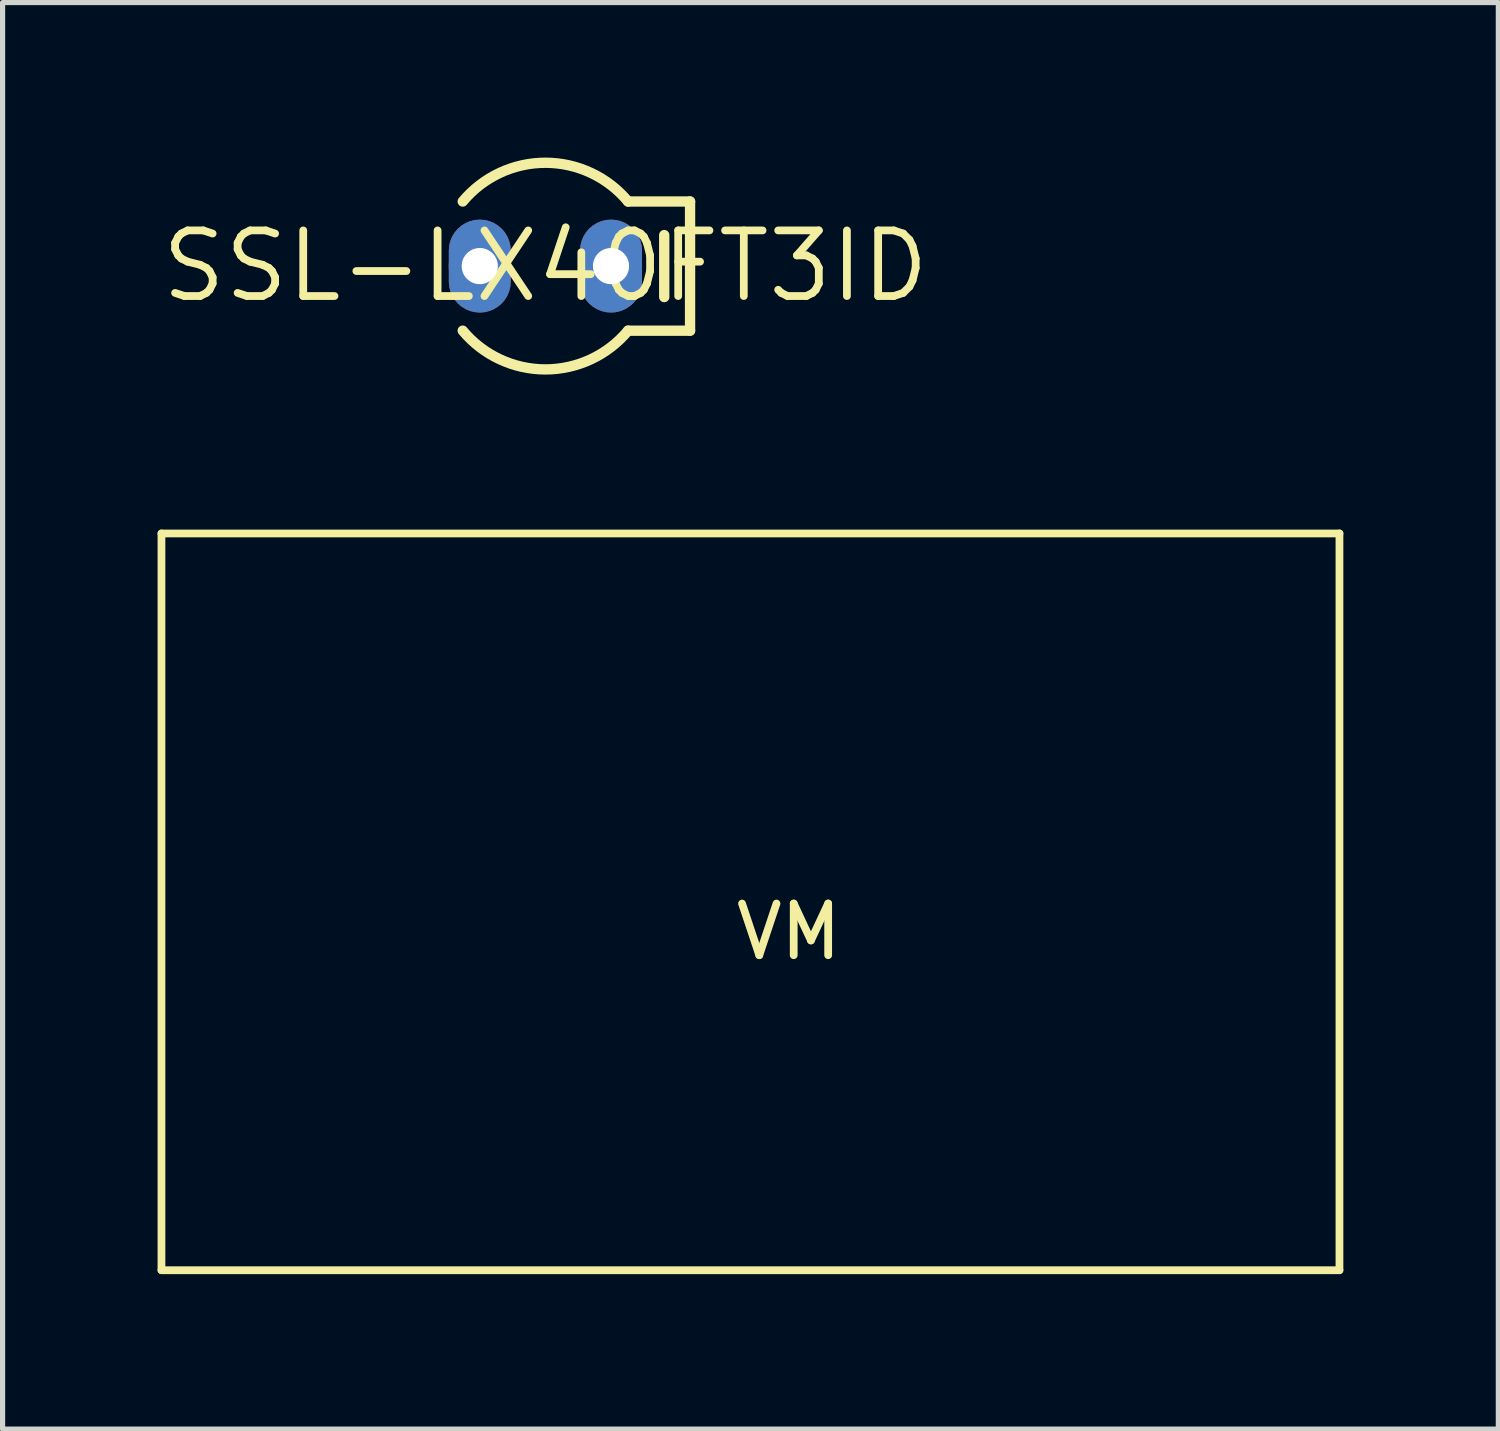
<source format=kicad_pcb>
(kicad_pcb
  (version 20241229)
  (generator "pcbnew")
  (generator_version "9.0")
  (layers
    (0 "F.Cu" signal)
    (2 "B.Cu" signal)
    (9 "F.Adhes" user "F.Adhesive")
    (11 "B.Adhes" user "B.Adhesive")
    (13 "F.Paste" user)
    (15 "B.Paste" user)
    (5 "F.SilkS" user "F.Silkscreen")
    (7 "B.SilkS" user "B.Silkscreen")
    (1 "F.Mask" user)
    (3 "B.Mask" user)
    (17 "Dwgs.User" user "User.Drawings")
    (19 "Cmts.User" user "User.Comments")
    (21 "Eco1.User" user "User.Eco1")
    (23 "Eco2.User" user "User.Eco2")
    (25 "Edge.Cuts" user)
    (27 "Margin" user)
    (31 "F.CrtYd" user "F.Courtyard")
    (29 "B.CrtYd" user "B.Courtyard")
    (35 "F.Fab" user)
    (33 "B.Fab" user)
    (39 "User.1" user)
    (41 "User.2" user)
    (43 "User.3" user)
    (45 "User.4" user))
  (footprint "SSL-LX40FT3ID"
    (layer "F.Cu")
    (at 7.506 2.1)
    (property "Reference" "SSL-LX40FT3ID" (at 0 0 0) (layer "F.SilkS") (effects (font (size 1.27 1.27) (thickness 0.15))))
    (attr through_hole)
    (fp_poly (pts (xy -0.671 -0.3) (xy -0.678 -0.394) (xy -0.7 -0.485) (xy -0.736 -0.572) (xy -0.785 -0.652) (xy -0.846 -0.724) (xy -0.918 -0.785) (xy -0.998 -0.834) (xy -1.085 -0.87) (xy -1.176 -0.892) (xy -1.27 -0.899) (xy -1.364 -0.892) (xy -1.455 -0.87) (xy -1.542 -0.834) (xy -1.622 -0.785) (xy -1.694 -0.724) (xy -1.755 -0.652) (xy -1.804 -0.572) (xy -1.84 -0.485) (xy -1.862 -0.394) (xy -1.869 -0.3) (xy -1.869 0.3) (xy -1.862 0.394) (xy -1.84 0.485) (xy -1.804 0.572) (xy -1.755 0.652) (xy -1.694 0.724) (xy -1.622 0.785) (xy -1.542 0.834) (xy -1.455 0.87) (xy -1.364 0.892) (xy -1.27 0.899) (xy -1.176 0.892) (xy -1.085 0.87) (xy -0.998 0.834) (xy -0.918 0.785) (xy -0.846 0.724) (xy -0.785 0.652) (xy -0.736 0.572) (xy -0.7 0.485) (xy -0.678 0.394) (xy -0.671 0.3)) (stroke (width 0) (type solid)) (fill yes) (layer "F.Cu"))
    (fp_poly (pts (xy 1.869 -0.3) (xy 1.862 -0.394) (xy 1.84 -0.485) (xy 1.804 -0.572) (xy 1.755 -0.652) (xy 1.694 -0.724) (xy 1.622 -0.785) (xy 1.542 -0.834) (xy 1.455 -0.87) (xy 1.364 -0.892) (xy 1.27 -0.899) (xy 1.176 -0.892) (xy 1.085 -0.87) (xy 0.998 -0.834) (xy 0.918 -0.785) (xy 0.846 -0.724) (xy 0.785 -0.652) (xy 0.736 -0.572) (xy 0.7 -0.485) (xy 0.678 -0.394) (xy 0.671 -0.3) (xy 0.671 0.3) (xy 0.678 0.394) (xy 0.7 0.485) (xy 0.736 0.572) (xy 0.785 0.652) (xy 0.846 0.724) (xy 0.918 0.785) (xy 0.998 0.834) (xy 1.085 0.87) (xy 1.176 0.892) (xy 1.27 0.899) (xy 1.364 0.892) (xy 1.455 0.87) (xy 1.542 0.834) (xy 1.622 0.785) (xy 1.694 0.724) (xy 1.755 0.652) (xy 1.804 0.572) (xy 1.84 0.485) (xy 1.862 0.394) (xy 1.869 0.3)) (stroke (width 0) (type solid)) (fill yes) (layer "F.Cu"))
    (fp_poly (pts (xy -1.972 0.3) (xy -1.963 0.41) (xy -1.938 0.517) (xy -1.895 0.619) (xy -1.838 0.713) (xy -1.766 0.796) (xy -1.683 0.868) (xy -1.589 0.925) (xy -1.487 0.968) (xy -1.38 0.993) (xy -1.27 1.002) (xy -1.16 0.993) (xy -1.053 0.968) (xy -0.951 0.925) (xy -0.857 0.868) (xy -0.774 0.796) (xy -0.702 0.713) (xy -0.645 0.619) (xy -0.602 0.517) (xy -0.577 0.41) (xy -0.568 0.3) (xy -0.568 -0.3) (xy -0.577 -0.41) (xy -0.602 -0.517) (xy -0.645 -0.619) (xy -0.702 -0.713) (xy -0.774 -0.796) (xy -0.857 -0.868) (xy -0.951 -0.925) (xy -1.053 -0.968) (xy -1.16 -0.993) (xy -1.27 -1.002) (xy -1.38 -0.993) (xy -1.487 -0.968) (xy -1.589 -0.925) (xy -1.683 -0.868) (xy -1.766 -0.796) (xy -1.838 -0.713) (xy -1.895 -0.619) (xy -1.938 -0.517) (xy -1.963 -0.41) (xy -1.972 -0.3)) (stroke (width 0) (type solid)) (fill yes) (layer "F.Mask"))
    (fp_poly (pts (xy 0.568 0.3) (xy 0.577 0.41) (xy 0.602 0.517) (xy 0.645 0.619) (xy 0.702 0.713) (xy 0.774 0.796) (xy 0.857 0.868) (xy 0.951 0.925) (xy 1.053 0.968) (xy 1.16 0.993) (xy 1.27 1.002) (xy 1.38 0.993) (xy 1.487 0.968) (xy 1.589 0.925) (xy 1.683 0.868) (xy 1.766 0.796) (xy 1.838 0.713) (xy 1.895 0.619) (xy 1.938 0.517) (xy 1.963 0.41) (xy 1.972 0.3) (xy 1.972 -0.3) (xy 1.963 -0.41) (xy 1.938 -0.517) (xy 1.895 -0.619) (xy 1.838 -0.713) (xy 1.766 -0.796) (xy 1.683 -0.868) (xy 1.589 -0.925) (xy 1.487 -0.968) (xy 1.38 -0.993) (xy 1.27 -1.002) (xy 1.16 -0.993) (xy 1.053 -0.968) (xy 0.951 -0.925) (xy 0.857 -0.868) (xy 0.774 -0.796) (xy 0.702 -0.713) (xy 0.645 -0.619) (xy 0.602 -0.517) (xy 0.577 -0.41) (xy 0.568 -0.3)) (stroke (width 0) (type solid)) (fill yes) (layer "F.Mask"))
    (fp_poly (pts (xy -0.671 -0.3) (xy -0.678 -0.394) (xy -0.7 -0.485) (xy -0.736 -0.572) (xy -0.785 -0.652) (xy -0.846 -0.724) (xy -0.918 -0.785) (xy -0.998 -0.834) (xy -1.085 -0.87) (xy -1.176 -0.892) (xy -1.27 -0.899) (xy -1.364 -0.892) (xy -1.455 -0.87) (xy -1.542 -0.834) (xy -1.622 -0.785) (xy -1.694 -0.724) (xy -1.755 -0.652) (xy -1.804 -0.572) (xy -1.84 -0.485) (xy -1.862 -0.394) (xy -1.869 -0.3) (xy -1.869 0.3) (xy -1.862 0.394) (xy -1.84 0.485) (xy -1.804 0.572) (xy -1.755 0.652) (xy -1.694 0.724) (xy -1.622 0.785) (xy -1.542 0.834) (xy -1.455 0.87) (xy -1.364 0.892) (xy -1.27 0.899) (xy -1.176 0.892) (xy -1.085 0.87) (xy -0.998 0.834) (xy -0.918 0.785) (xy -0.846 0.724) (xy -0.785 0.652) (xy -0.736 0.572) (xy -0.7 0.485) (xy -0.678 0.394) (xy -0.671 0.3)) (stroke (width 0) (type solid)) (fill yes) (layer "B.Cu"))
    (fp_poly (pts (xy 1.869 -0.3) (xy 1.862 -0.394) (xy 1.84 -0.485) (xy 1.804 -0.572) (xy 1.755 -0.652) (xy 1.694 -0.724) (xy 1.622 -0.785) (xy 1.542 -0.834) (xy 1.455 -0.87) (xy 1.364 -0.892) (xy 1.27 -0.899) (xy 1.176 -0.892) (xy 1.085 -0.87) (xy 0.998 -0.834) (xy 0.918 -0.785) (xy 0.846 -0.724) (xy 0.785 -0.652) (xy 0.736 -0.572) (xy 0.7 -0.485) (xy 0.678 -0.394) (xy 0.671 -0.3) (xy 0.671 0.3) (xy 0.678 0.394) (xy 0.7 0.485) (xy 0.736 0.572) (xy 0.785 0.652) (xy 0.846 0.724) (xy 0.918 0.785) (xy 0.998 0.834) (xy 1.085 0.87) (xy 1.176 0.892) (xy 1.27 0.899) (xy 1.364 0.892) (xy 1.455 0.87) (xy 1.542 0.834) (xy 1.622 0.785) (xy 1.694 0.724) (xy 1.755 0.652) (xy 1.804 0.572) (xy 1.84 0.485) (xy 1.862 0.394) (xy 1.869 0.3)) (stroke (width 0) (type solid)) (fill yes) (layer "B.Cu"))
    (fp_poly (pts (xy -1.972 0.3) (xy -1.963 0.41) (xy -1.938 0.517) (xy -1.895 0.619) (xy -1.838 0.713) (xy -1.766 0.796) (xy -1.683 0.868) (xy -1.589 0.925) (xy -1.487 0.968) (xy -1.38 0.993) (xy -1.27 1.002) (xy -1.16 0.993) (xy -1.053 0.968) (xy -0.951 0.925) (xy -0.857 0.868) (xy -0.774 0.796) (xy -0.702 0.713) (xy -0.645 0.619) (xy -0.602 0.517) (xy -0.577 0.41) (xy -0.568 0.3) (xy -0.568 -0.3) (xy -0.577 -0.41) (xy -0.602 -0.517) (xy -0.645 -0.619) (xy -0.702 -0.713) (xy -0.774 -0.796) (xy -0.857 -0.868) (xy -0.951 -0.925) (xy -1.053 -0.968) (xy -1.16 -0.993) (xy -1.27 -1.002) (xy -1.38 -0.993) (xy -1.487 -0.968) (xy -1.589 -0.925) (xy -1.683 -0.868) (xy -1.766 -0.796) (xy -1.838 -0.713) (xy -1.895 -0.619) (xy -1.938 -0.517) (xy -1.963 -0.41) (xy -1.972 -0.3)) (stroke (width 0) (type solid)) (fill yes) (layer "B.Mask"))
    (fp_poly (pts (xy 0.568 0.3) (xy 0.577 0.41) (xy 0.602 0.517) (xy 0.645 0.619) (xy 0.702 0.713) (xy 0.774 0.796) (xy 0.857 0.868) (xy 0.951 0.925) (xy 1.053 0.968) (xy 1.16 0.993) (xy 1.27 1.002) (xy 1.38 0.993) (xy 1.487 0.968) (xy 1.589 0.925) (xy 1.683 0.868) (xy 1.766 0.796) (xy 1.838 0.713) (xy 1.895 0.619) (xy 1.938 0.517) (xy 1.963 0.41) (xy 1.972 0.3) (xy 1.972 -0.3) (xy 1.963 -0.41) (xy 1.938 -0.517) (xy 1.895 -0.619) (xy 1.838 -0.713) (xy 1.766 -0.796) (xy 1.683 -0.868) (xy 1.589 -0.925) (xy 1.487 -0.968) (xy 1.38 -0.993) (xy 1.27 -1.002) (xy 1.16 -0.993) (xy 1.053 -0.968) (xy 0.951 -0.925) (xy 0.857 -0.868) (xy 0.774 -0.796) (xy 0.702 -0.713) (xy 0.645 -0.619) (xy 0.602 -0.517) (xy 0.577 -0.41) (xy 0.568 -0.3)) (stroke (width 0) (type solid)) (fill yes) (layer "B.Mask"))
    (fp_line (start 2.3 -0.6) (end 2.3 0.6) (stroke (width 0.2) (type solid)) (layer "F.SilkS"))
    (fp_line (start 2.8 -1.25) (end 1.6 -1.25) (stroke (width 0.2) (type solid)) (layer "F.SilkS"))
    (fp_line (start 2.8 -1.25) (end 2.8 1.25) (stroke (width 0.2) (type solid)) (layer "F.SilkS"))
    (fp_line (start 2.8 1.25) (end 1.6 1.25) (stroke (width 0.2) (type solid)) (layer "F.SilkS"))
    (fp_arc (start -1.6 -1.25) (mid 0 -2.000027) (end 1.6 -1.25) (stroke (width 0.2) (type solid)) (layer "F.SilkS"))
    (fp_arc (start 1.6 1.25) (mid 0 2.000027) (end -1.6 1.25) (stroke (width 0.2) (type solid)) (layer "F.SilkS"))
    (pad "1" thru_hole circle (at 1.27 0 90) (size 1.2 1.2) (drill 0.7) (layers "*.Cu" "*.Mask"))
    (pad "2" thru_hole circle (at -1.27 0 90) (size 1.2 1.2) (drill 0.7) (layers "*.Cu" "*.Mask")))
  (footprint "VM"
    (layer "F.Cu")
    (at 11.597 14.583)
    (property "Reference" "VM" (at 0.62 0.4 0) (layer "F.SilkS") (effects (font (size 1 1) (thickness 0.15))))
    (attr through_hole)
    (fp_line (start -11.522 -7.308) (end -11.522 6.952) (stroke (width 0.15) (type solid)) (layer "F.SilkS"))
    (fp_line (start -11.522 6.952) (end 11.278 6.952) (stroke (width 0.15) (type solid)) (layer "F.SilkS"))
    (fp_line (start 11.278 -7.308) (end -11.522 -7.308) (stroke (width 0.15) (type solid)) (layer "F.SilkS"))
    (fp_line (start 11.278 6.952) (end 11.278 -7.308) (stroke (width 0.15) (type solid)) (layer "F.SilkS")))
  (gr_rect
    (start -3 -3)
    (end 25.95 24.61)
    (stroke (width 0.1) (type default))
    (fill no)
    (layer "Edge.Cuts")))
</source>
